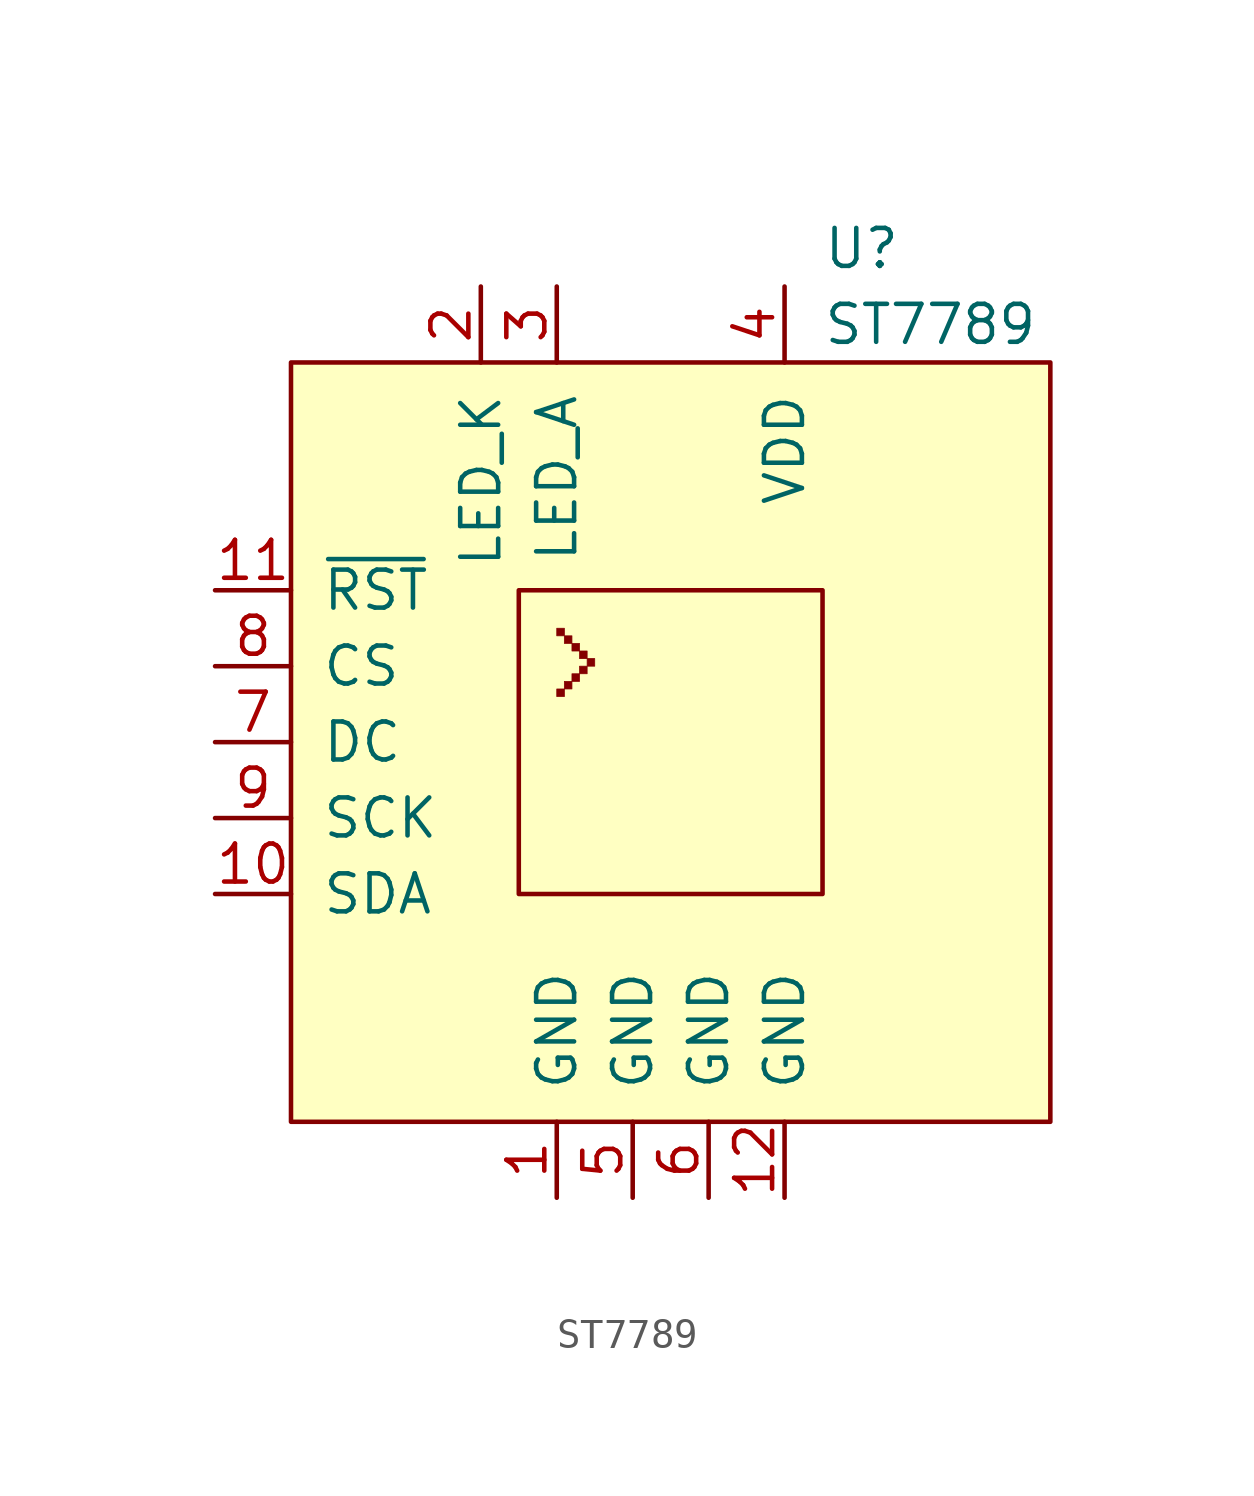
<source format=kicad_sym>
(kicad_symbol_lib
  (version 20211014)
  (generator kicad_symbol_editor)
  (symbol "ST7789"
    (pin_names
      (offset 1.016))
    (property "Reference" "U"
      (at 5.08 16.51 0)
      (effects (font (size 1.27 1.27)) (justify left)))
    (property "Value" "ST7789"
      (at 5.08 13.97 0)
      (effects (font (size 1.27 1.27)) (justify left)))
    (symbol "ST7789_0_1"
      (rectangle (start -12.7 12.7) (end 12.7 -12.7) (stroke (width 0) (type default) (color 0 0 0 0)) (fill (type background)))
      (rectangle (start -5.08 5.08) (end 5.08 -5.08) (stroke (width 0) (type default) (color 0 0 0 0)) (fill (type none))))
    (symbol "ST7789_1_1"
      (rectangle (start -3.81 1.778) (end -3.556 1.524) (stroke (width 0.025) (type default) (color 0 0 0 0)) (fill (type outline)))
      (rectangle (start -3.81 3.81) (end -3.556 3.556) (stroke (width 0.025) (type default) (color 0 0 0 0)) (fill (type outline)))
      (rectangle (start -3.556 2.032) (end -3.302 1.778) (stroke (width 0.025) (type default) (color 0 0 0 0)) (fill (type outline)))
      (rectangle (start -3.556 3.556) (end -3.302 3.302) (stroke (width 0.025) (type default) (color 0 0 0 0)) (fill (type outline)))
      (rectangle (start -3.302 2.286) (end -3.048 2.032) (stroke (width 0.025) (type default) (color 0 0 0 0)) (fill (type outline)))
      (rectangle (start -3.302 3.302) (end -3.048 3.048) (stroke (width 0.025) (type default) (color 0 0 0 0)) (fill (type outline)))
      (rectangle (start -3.048 2.54) (end -2.794 2.286) (stroke (width 0.025) (type default) (color 0 0 0 0)) (fill (type outline)))
      (rectangle (start -3.048 3.048) (end -2.794 2.794) (stroke (width 0.025) (type default) (color 0 0 0 0)) (fill (type outline)))
      (rectangle (start -2.794 2.794) (end -2.54 2.54) (stroke (width 0.025) (type default) (color 0 0 0 0)) (fill (type outline)))
      (pin power_in line (at -3.81 -15.24 90) (length 2.54) (name "GND" (effects (font (size 1.27 1.27)))) (number "1" (effects (font (size 1.27 1.27)))))
      (pin input line (at -15.24 -5.08 0) (length 2.54) (name "SDA" (effects (font (size 1.27 1.27)))) (number "10" (effects (font (size 1.27 1.27)))))
      (pin input line (at -15.24 5.08 0) (length 2.54) (name "~{RST}" (effects (font (size 1.27 1.27)))) (number "11" (effects (font (size 1.27 1.27)))))
      (pin power_in line (at 3.81 -15.24 90) (length 2.54) (name "GND" (effects (font (size 1.27 1.27)))) (number "12" (effects (font (size 1.27 1.27)))))
      (pin passive line (at -6.35 15.24 270) (length 2.54) (name "LED_K" (effects (font (size 1.27 1.27)))) (number "2" (effects (font (size 1.27 1.27)))))
      (pin passive line (at -3.81 15.24 270) (length 2.54) (name "LED_A" (effects (font (size 1.27 1.27)))) (number "3" (effects (font (size 1.27 1.27)))))
      (pin power_in line (at 3.81 15.24 270) (length 2.54) (name "VDD" (effects (font (size 1.27 1.27)))) (number "4" (effects (font (size 1.27 1.27)))))
      (pin power_in line (at -1.27 -15.24 90) (length 2.54) (name "GND" (effects (font (size 1.27 1.27)))) (number "5" (effects (font (size 1.27 1.27)))))
      (pin power_in line (at 1.27 -15.24 90) (length 2.54) (name "GND" (effects (font (size 1.27 1.27)))) (number "6" (effects (font (size 1.27 1.27)))))
      (pin input line (at -15.24 0 0) (length 2.54) (name "DC" (effects (font (size 1.27 1.27)))) (number "7" (effects (font (size 1.27 1.27)))))
      (pin input line (at -15.24 2.54 0) (length 2.54) (name "CS" (effects (font (size 1.27 1.27)))) (number "8" (effects (font (size 1.27 1.27)))))
      (pin input line (at -15.24 -2.54 0) (length 2.54) (name "SCK" (effects (font (size 1.27 1.27)))) (number "9" (effects (font (size 1.27 1.27))))))))
</source>
